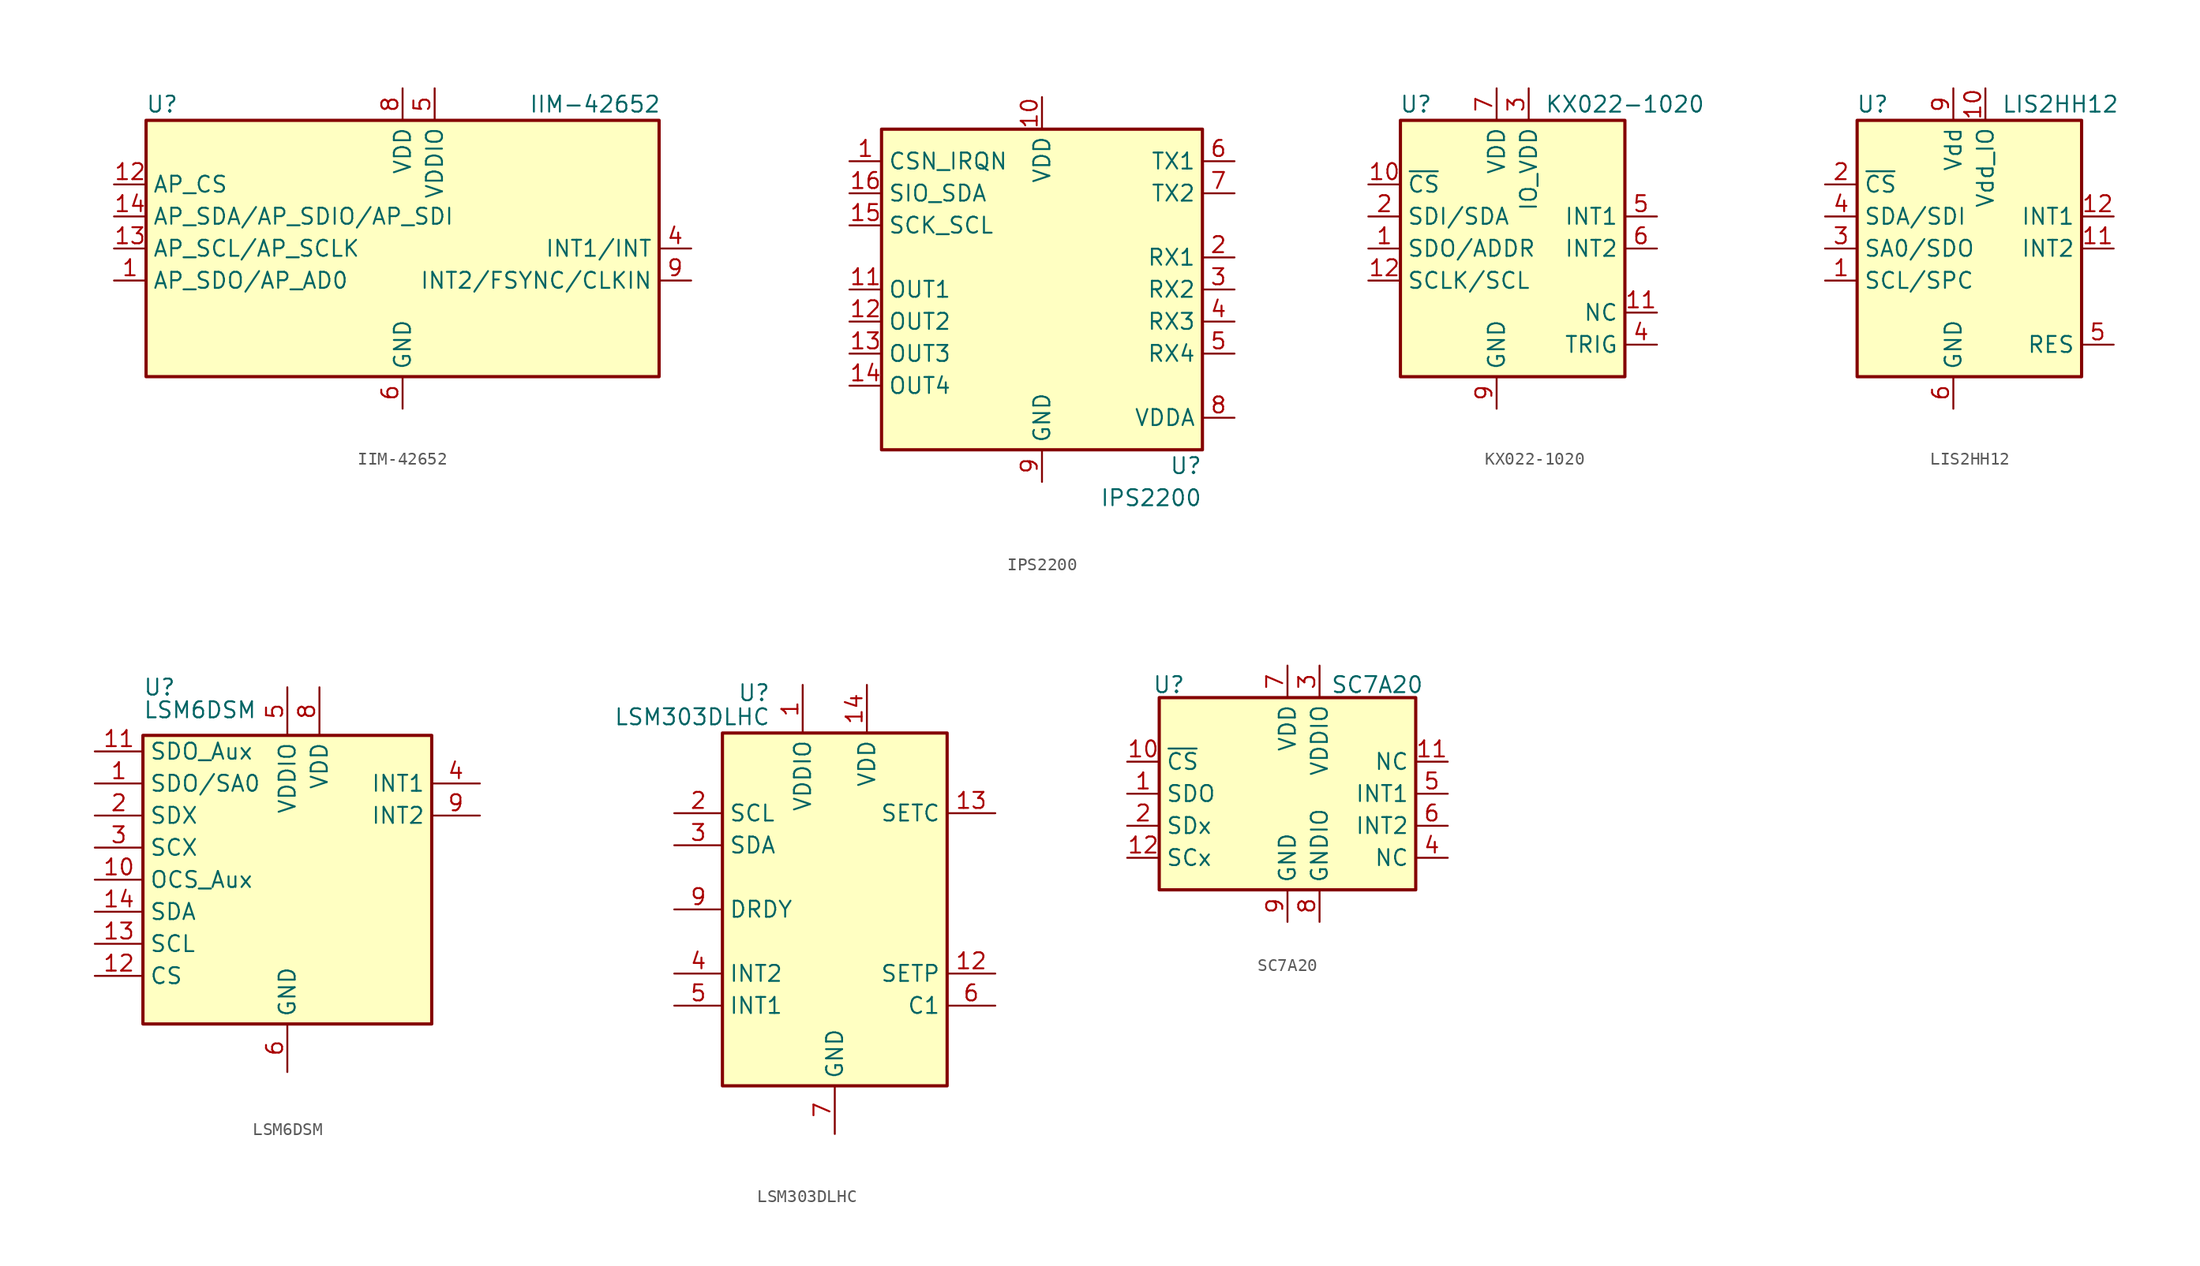
<source format=kicad_sym>
(kicad_symbol_lib
  (version 20241209)
  (generator "kicad_symbol_editor")
  (generator_version "9.0")
  (symbol "IIM-42652"
    (property "Reference" "U"
      (at -19.05 11.43 0)
      (effects (font (size 1.27 1.27))))
    (property "Value" "IIM-42652"
      (at 15.24 11.43 0)
      (effects (font (size 1.27 1.27))))
    (symbol "IIM-42652_0_1"
      (rectangle (start -20.32 10.16) (end 20.32 -10.16) (stroke (width 0.254) (type default)) (fill (type background))))
    (symbol "IIM-42652_1_1"
      (pin input line (at -22.86 5.08 0) (length 2.54) (name "AP_CS" (effects (font (size 1.27 1.27)))) (number "12" (effects (font (size 1.27 1.27)))))
      (pin bidirectional line (at -22.86 2.54 0) (length 2.54) (name "AP_SDA/AP_SDIO/AP_SDI" (effects (font (size 1.27 1.27)))) (number "14" (effects (font (size 1.27 1.27)))))
      (pin input line (at -22.86 0 0) (length 2.54) (name "AP_SCL/AP_SCLK" (effects (font (size 1.27 1.27)))) (number "13" (effects (font (size 1.27 1.27)))))
      (pin input line (at -22.86 -2.54 0) (length 2.54) (name "AP_SDO/AP_AD0" (effects (font (size 1.27 1.27)))) (number "1" (effects (font (size 1.27 1.27)))))
      (pin power_in line (at 0 12.7 270) (length 2.54) (name "VDD" (effects (font (size 1.27 1.27)))) (number "8" (effects (font (size 1.27 1.27)))))
      (pin power_in line (at 0 -12.7 90) (length 2.54) (name "GND" (effects (font (size 1.27 1.27)))) (number "6" (effects (font (size 1.27 1.27)))))
      (pin passive line (at 0 -12.7 90) (length 2.54) (hide yes) (name "GND" (effects (font (size 1.27 1.27)))) (number "7" (effects (font (size 1.27 1.27)))))
      (pin power_in line (at 2.54 12.7 270) (length 2.54) (name "VDDIO" (effects (font (size 1.27 1.27)))) (number "5" (effects (font (size 1.27 1.27)))))
      (pin no_connect line (at 20.32 7.62 180) (length 2.54) (hide yes) (name "RESV" (effects (font (size 1.27 1.27)))) (number "2" (effects (font (size 1.27 1.27)))))
      (pin no_connect line (at 20.32 5.08 180) (length 2.54) (hide yes) (name "RESV" (effects (font (size 1.27 1.27)))) (number "3" (effects (font (size 1.27 1.27)))))
      (pin no_connect line (at 20.32 2.54 180) (length 2.54) (hide yes) (name "RESV" (effects (font (size 1.27 1.27)))) (number "10" (effects (font (size 1.27 1.27)))))
      (pin no_connect line (at 20.32 -7.62 180) (length 2.54) (hide yes) (name "RESV" (effects (font (size 1.27 1.27)))) (number "11" (effects (font (size 1.27 1.27)))))
      (pin output line (at 22.86 0 180) (length 2.54) (name "INT1/INT" (effects (font (size 1.27 1.27)))) (number "4" (effects (font (size 1.27 1.27)))))
      (pin bidirectional line (at 22.86 -2.54 180) (length 2.54) (name "INT2/FSYNC/CLKIN" (effects (font (size 1.27 1.27)))) (number "9" (effects (font (size 1.27 1.27)))))))
  (symbol "IPS2200"
    (property "Reference" "U"
      (at 12.7 -13.97 0)
      (effects (font (size 1.27 1.27)) (justify right)))
    (property "Value" "IPS2200"
      (at 12.7 -16.51 0)
      (effects (font (size 1.27 1.27)) (justify right)))
    (symbol "IPS2200_1_1"
      (rectangle (start -12.7 12.7) (end 12.7 -12.7) (stroke (width 0.254) (type default)) (fill (type background)))
      (pin bidirectional line (at -15.24 10.16 0) (length 2.54) (name "CSN_IRQN" (effects (font (size 1.27 1.27)))) (number "1" (effects (font (size 1.27 1.27)))) (alternate "IRQN" output line))
      (pin bidirectional line (at -15.24 7.62 0) (length 2.54) (name "SIO_SDA" (effects (font (size 1.27 1.27)))) (number "16" (effects (font (size 1.27 1.27)))) (alternate "SDA" bidirectional line))
      (pin input line (at -15.24 5.08 0) (length 2.54) (name "SCK_SCL" (effects (font (size 1.27 1.27)))) (number "15" (effects (font (size 1.27 1.27)))) (alternate "SCL" input line))
      (pin output line (at -15.24 0 0) (length 2.54) (name "OUT1" (effects (font (size 1.27 1.27)))) (number "11" (effects (font (size 1.27 1.27)))))
      (pin output line (at -15.24 -2.54 0) (length 2.54) (name "OUT2" (effects (font (size 1.27 1.27)))) (number "12" (effects (font (size 1.27 1.27)))))
      (pin output line (at -15.24 -5.08 0) (length 2.54) (name "OUT3" (effects (font (size 1.27 1.27)))) (number "13" (effects (font (size 1.27 1.27)))))
      (pin output line (at -15.24 -7.62 0) (length 2.54) (name "OUT4" (effects (font (size 1.27 1.27)))) (number "14" (effects (font (size 1.27 1.27)))))
      (pin power_in line (at 0 15.24 270) (length 2.54) (name "VDD" (effects (font (size 1.27 1.27)))) (number "10" (effects (font (size 1.27 1.27)))))
      (pin power_in line (at 0 -15.24 90) (length 2.54) (name "GND" (effects (font (size 1.27 1.27)))) (number "9" (effects (font (size 1.27 1.27)))))
      (pin bidirectional line (at 15.24 10.16 180) (length 2.54) (name "TX1" (effects (font (size 1.27 1.27)))) (number "6" (effects (font (size 1.27 1.27)))))
      (pin bidirectional line (at 15.24 7.62 180) (length 2.54) (name "TX2" (effects (font (size 1.27 1.27)))) (number "7" (effects (font (size 1.27 1.27)))))
      (pin input line (at 15.24 2.54 180) (length 2.54) (name "RX1" (effects (font (size 1.27 1.27)))) (number "2" (effects (font (size 1.27 1.27)))))
      (pin input line (at 15.24 0 180) (length 2.54) (name "RX2" (effects (font (size 1.27 1.27)))) (number "3" (effects (font (size 1.27 1.27)))))
      (pin input line (at 15.24 -2.54 180) (length 2.54) (name "RX3" (effects (font (size 1.27 1.27)))) (number "4" (effects (font (size 1.27 1.27)))))
      (pin input line (at 15.24 -5.08 180) (length 2.54) (name "RX4" (effects (font (size 1.27 1.27)))) (number "5" (effects (font (size 1.27 1.27)))))
      (pin passive line (at 15.24 -10.16 180) (length 2.54) (name "VDDA" (effects (font (size 1.27 1.27)))) (number "8" (effects (font (size 1.27 1.27)))))))
  (symbol "KX022-1020"
    (property "Reference" "U"
      (at -5.08 11.43 0)
      (effects (font (size 1.27 1.27)) (justify right)))
    (property "Value" "KX022-1020"
      (at 3.81 11.43 0)
      (effects (font (size 1.27 1.27)) (justify left)))
    (symbol "KX022-1020_0_1"
      (rectangle (start -7.62 10.16) (end 10.16 -10.16) (stroke (width 0.254) (type default)) (fill (type background))))
    (symbol "KX022-1020_1_1"
      (pin input line (at -10.16 5.08 0) (length 2.54) (name "~{CS}" (effects (font (size 1.27 1.27)))) (number "10" (effects (font (size 1.27 1.27)))))
      (pin bidirectional line (at -10.16 2.54 0) (length 2.54) (name "SDI/SDA" (effects (font (size 1.27 1.27)))) (number "2" (effects (font (size 1.27 1.27)))))
      (pin bidirectional line (at -10.16 0 0) (length 2.54) (name "SDO/ADDR" (effects (font (size 1.27 1.27)))) (number "1" (effects (font (size 1.27 1.27)))))
      (pin input line (at -10.16 -2.54 0) (length 2.54) (name "SCLK/SCL" (effects (font (size 1.27 1.27)))) (number "12" (effects (font (size 1.27 1.27)))))
      (pin power_in line (at 0 12.7 270) (length 2.54) (name "VDD" (effects (font (size 1.27 1.27)))) (number "7" (effects (font (size 1.27 1.27)))))
      (pin power_in line (at 0 -12.7 90) (length 2.54) (name "GND" (effects (font (size 1.27 1.27)))) (number "9" (effects (font (size 1.27 1.27)))))
      (pin power_in line (at 2.54 12.7 270) (length 2.54) (name "IO_VDD" (effects (font (size 1.27 1.27)))) (number "3" (effects (font (size 1.27 1.27)))))
      (pin output line (at 12.7 2.54 180) (length 2.54) (name "INT1" (effects (font (size 1.27 1.27)))) (number "5" (effects (font (size 1.27 1.27)))))
      (pin output line (at 12.7 0 180) (length 2.54) (name "INT2" (effects (font (size 1.27 1.27)))) (number "6" (effects (font (size 1.27 1.27)))))
      (pin passive line (at 12.7 -5.08 180) (length 2.54) (name "NC" (effects (font (size 1.27 1.27)))) (number "11" (effects (font (size 1.27 1.27)))))
      (pin input line (at 12.7 -7.62 180) (length 2.54) (name "TRIG" (effects (font (size 1.27 1.27)))) (number "4" (effects (font (size 1.27 1.27)))))))
  (symbol "LIS2HH12"
    (property "Reference" "U"
      (at -5.08 11.43 0)
      (effects (font (size 1.27 1.27)) (justify right)))
    (property "Value" "LIS2HH12"
      (at 3.81 11.43 0)
      (effects (font (size 1.27 1.27)) (justify left)))
    (symbol "LIS2HH12_0_1"
      (rectangle (start -7.62 10.16) (end 10.16 -10.16) (stroke (width 0.254) (type default)) (fill (type background))))
    (symbol "LIS2HH12_1_1"
      (pin input line (at -10.16 5.08 0) (length 2.54) (name "~{CS}" (effects (font (size 1.27 1.27)))) (number "2" (effects (font (size 1.27 1.27)))))
      (pin bidirectional line (at -10.16 2.54 0) (length 2.54) (name "SDA/SDI" (effects (font (size 1.27 1.27)))) (number "4" (effects (font (size 1.27 1.27)))))
      (pin bidirectional line (at -10.16 0 0) (length 2.54) (name "SA0/SDO" (effects (font (size 1.27 1.27)))) (number "3" (effects (font (size 1.27 1.27)))))
      (pin input line (at -10.16 -2.54 0) (length 2.54) (name "SCL/SPC" (effects (font (size 1.27 1.27)))) (number "1" (effects (font (size 1.27 1.27)))))
      (pin power_in line (at 0 12.7 270) (length 2.54) (name "Vdd" (effects (font (size 1.27 1.27)))) (number "9" (effects (font (size 1.27 1.27)))))
      (pin power_in line (at 0 -12.7 90) (length 2.54) (name "GND" (effects (font (size 1.27 1.27)))) (number "6" (effects (font (size 1.27 1.27)))))
      (pin passive line (at 0 -12.7 90) (length 2.54) (hide yes) (name "GND" (effects (font (size 1.27 1.27)))) (number "7" (effects (font (size 1.27 1.27)))))
      (pin passive line (at 0 -12.7 90) (length 2.54) (hide yes) (name "GND" (effects (font (size 1.27 1.27)))) (number "8" (effects (font (size 1.27 1.27)))))
      (pin power_in line (at 2.54 12.7 270) (length 2.54) (name "Vdd_IO" (effects (font (size 1.27 1.27)))) (number "10" (effects (font (size 1.27 1.27)))))
      (pin output line (at 12.7 2.54 180) (length 2.54) (name "INT1" (effects (font (size 1.27 1.27)))) (number "12" (effects (font (size 1.27 1.27)))))
      (pin output line (at 12.7 0 180) (length 2.54) (name "INT2" (effects (font (size 1.27 1.27)))) (number "11" (effects (font (size 1.27 1.27)))))
      (pin passive line (at 12.7 -7.62 180) (length 2.54) (name "RES" (effects (font (size 1.27 1.27)))) (number "5" (effects (font (size 1.27 1.27)))))))
  (symbol "LSM6DSM"
    (property "Reference" "U"
      (at -11.43 15.24 0)
      (effects (font (size 1.27 1.27)) (justify left)))
    (property "Value" "LSM6DSM"
      (at -11.43 12.7 0)
      (effects (font (size 1.27 1.27)) (justify left bottom)))
    (symbol "LSM6DSM_0_1"
      (rectangle (start 11.43 11.43) (end -11.43 -11.43) (stroke (width 0.254) (type default)) (fill (type background))))
    (symbol "LSM6DSM_1_1"
      (pin bidirectional line (at -15.24 10.16 0) (length 3.81) (name "SDO_Aux" (effects (font (size 1.27 1.27)))) (number "11" (effects (font (size 1.27 1.27)))))
      (pin bidirectional line (at -15.24 7.62 0) (length 3.81) (name "SDO/SA0" (effects (font (size 1.27 1.27)))) (number "1" (effects (font (size 1.27 1.27)))))
      (pin bidirectional line (at -15.24 5.08 0) (length 3.81) (name "SDX" (effects (font (size 1.27 1.27)))) (number "2" (effects (font (size 1.27 1.27)))))
      (pin input line (at -15.24 2.54 0) (length 3.81) (name "SCX" (effects (font (size 1.27 1.27)))) (number "3" (effects (font (size 1.27 1.27)))))
      (pin passive line (at -15.24 0 0) (length 3.81) (name "OCS_Aux" (effects (font (size 1.27 1.27)))) (number "10" (effects (font (size 1.27 1.27)))))
      (pin bidirectional line (at -15.24 -2.54 0) (length 3.81) (name "SDA" (effects (font (size 1.27 1.27)))) (number "14" (effects (font (size 1.27 1.27)))))
      (pin input line (at -15.24 -5.08 0) (length 3.81) (name "SCL" (effects (font (size 1.27 1.27)))) (number "13" (effects (font (size 1.27 1.27)))))
      (pin input line (at -15.24 -7.62 0) (length 3.81) (name "CS" (effects (font (size 1.27 1.27)))) (number "12" (effects (font (size 1.27 1.27)))))
      (pin power_in line (at 0 15.24 270) (length 3.81) (name "VDDIO" (effects (font (size 1.27 1.27)))) (number "5" (effects (font (size 1.27 1.27)))))
      (pin power_in line (at 0 -15.24 90) (length 3.81) (name "GND" (effects (font (size 1.27 1.27)))) (number "6" (effects (font (size 1.27 1.27)))))
      (pin passive line (at 0 -15.24 90) (length 3.81) (hide yes) (name "GND" (effects (font (size 1.27 1.27)))) (number "7" (effects (font (size 1.27 1.27)))))
      (pin power_in line (at 2.54 15.24 270) (length 3.81) (name "VDD" (effects (font (size 1.27 1.27)))) (number "8" (effects (font (size 1.27 1.27)))))
      (pin output line (at 15.24 7.62 180) (length 3.81) (name "INT1" (effects (font (size 1.27 1.27)))) (number "4" (effects (font (size 1.27 1.27)))))
      (pin output line (at 15.24 5.08 180) (length 3.81) (name "INT2" (effects (font (size 1.27 1.27)))) (number "9" (effects (font (size 1.27 1.27)))))))
  (symbol "LSM303DLHC"
    (property "Reference" "U"
      (at -5.08 17.145 0)
      (effects (font (size 1.27 1.27)) (justify right)))
    (property "Value" "LSM303DLHC"
      (at -5.08 15.24 0)
      (effects (font (size 1.27 1.27)) (justify right)))
    (symbol "LSM303DLHC_0_1"
      (rectangle (start -8.89 13.97) (end 8.89 -13.97) (stroke (width 0.254) (type default)) (fill (type background))))
    (symbol "LSM303DLHC_1_1"
      (pin input line (at -12.7 7.62 0) (length 3.81) (name "SCL" (effects (font (size 1.27 1.27)))) (number "2" (effects (font (size 1.27 1.27)))))
      (pin bidirectional line (at -12.7 5.08 0) (length 3.81) (name "SDA" (effects (font (size 1.27 1.27)))) (number "3" (effects (font (size 1.27 1.27)))))
      (pin output line (at -12.7 0 0) (length 3.81) (name "DRDY" (effects (font (size 1.27 1.27)))) (number "9" (effects (font (size 1.27 1.27)))))
      (pin output line (at -12.7 -5.08 0) (length 3.81) (name "INT2" (effects (font (size 1.27 1.27)))) (number "4" (effects (font (size 1.27 1.27)))))
      (pin output line (at -12.7 -7.62 0) (length 3.81) (name "INT1" (effects (font (size 1.27 1.27)))) (number "5" (effects (font (size 1.27 1.27)))))
      (pin power_in line (at -2.54 17.78 270) (length 3.81) (name "VDDIO" (effects (font (size 1.27 1.27)))) (number "1" (effects (font (size 1.27 1.27)))))
      (pin passive line (at 0 -17.78 90) (length 3.81) (hide yes) (name "GND" (effects (font (size 1.27 1.27)))) (number "10" (effects (font (size 1.27 1.27)))))
      (pin passive line (at 0 -17.78 90) (length 3.81) (hide yes) (name "GND" (effects (font (size 1.27 1.27)))) (number "11" (effects (font (size 1.27 1.27)))))
      (pin power_in line (at 0 -17.78 90) (length 3.81) (name "GND" (effects (font (size 1.27 1.27)))) (number "7" (effects (font (size 1.27 1.27)))))
      (pin power_in line (at 2.54 17.78 270) (length 3.81) (name "VDD" (effects (font (size 1.27 1.27)))) (number "14" (effects (font (size 1.27 1.27)))))
      (pin no_connect line (at 7.62 -2.54 180) (length 3.81) (hide yes) (name "NC" (effects (font (size 1.27 1.27)))) (number "8" (effects (font (size 1.27 1.27)))))
      (pin passive line (at 12.7 7.62 180) (length 3.81) (name "SETC" (effects (font (size 1.27 1.27)))) (number "13" (effects (font (size 1.27 1.27)))))
      (pin passive line (at 12.7 -5.08 180) (length 3.81) (name "SETP" (effects (font (size 1.27 1.27)))) (number "12" (effects (font (size 1.27 1.27)))))
      (pin passive line (at 12.7 -7.62 180) (length 3.81) (name "C1" (effects (font (size 1.27 1.27)))) (number "6" (effects (font (size 1.27 1.27)))))))
  (symbol "SC7A20"
    (property "Reference" "U"
      (at -9.398 8.636 0)
      (effects (font (size 1.27 1.27))))
    (property "Value" "SC7A20"
      (at 7.112 8.636 0)
      (effects (font (size 1.27 1.27))))
    (symbol "SC7A20_1_1"
      (rectangle (start -10.16 7.62) (end 10.16 -7.62) (stroke (width 0.254) (type default)) (fill (type background)))
      (pin input line (at -12.7 2.54 0) (length 2.54) (name "~{CS}" (effects (font (size 1.27 1.27)))) (number "10" (effects (font (size 1.27 1.27)))))
      (pin bidirectional line (at -12.7 0 0) (length 2.54) (name "SDO" (effects (font (size 1.27 1.27)))) (number "1" (effects (font (size 1.27 1.27)))))
      (pin bidirectional line (at -12.7 -2.54 0) (length 2.54) (name "SDx" (effects (font (size 1.27 1.27)))) (number "2" (effects (font (size 1.27 1.27)))))
      (pin input line (at -12.7 -5.08 0) (length 2.54) (name "SCx" (effects (font (size 1.27 1.27)))) (number "12" (effects (font (size 1.27 1.27)))))
      (pin power_in line (at 0 10.16 270) (length 2.54) (name "VDD" (effects (font (size 1.27 1.27)))) (number "7" (effects (font (size 1.27 1.27)))))
      (pin power_in line (at 0 -10.16 90) (length 2.54) (name "GND" (effects (font (size 1.27 1.27)))) (number "9" (effects (font (size 1.27 1.27)))))
      (pin power_in line (at 2.54 10.16 270) (length 2.54) (name "VDDIO" (effects (font (size 1.27 1.27)))) (number "3" (effects (font (size 1.27 1.27)))))
      (pin power_in line (at 2.54 -10.16 90) (length 2.54) (name "GNDIO" (effects (font (size 1.27 1.27)))) (number "8" (effects (font (size 1.27 1.27)))))
      (pin passive line (at 12.7 2.54 180) (length 2.54) (name "NC" (effects (font (size 1.27 1.27)))) (number "11" (effects (font (size 1.27 1.27)))))
      (pin output line (at 12.7 0 180) (length 2.54) (name "INT1" (effects (font (size 1.27 1.27)))) (number "5" (effects (font (size 1.27 1.27)))))
      (pin output line (at 12.7 -2.54 180) (length 2.54) (name "INT2" (effects (font (size 1.27 1.27)))) (number "6" (effects (font (size 1.27 1.27)))))
      (pin passive line (at 12.7 -5.08 180) (length 2.54) (name "NC" (effects (font (size 1.27 1.27)))) (number "4" (effects (font (size 1.27 1.27))))))))
</source>
